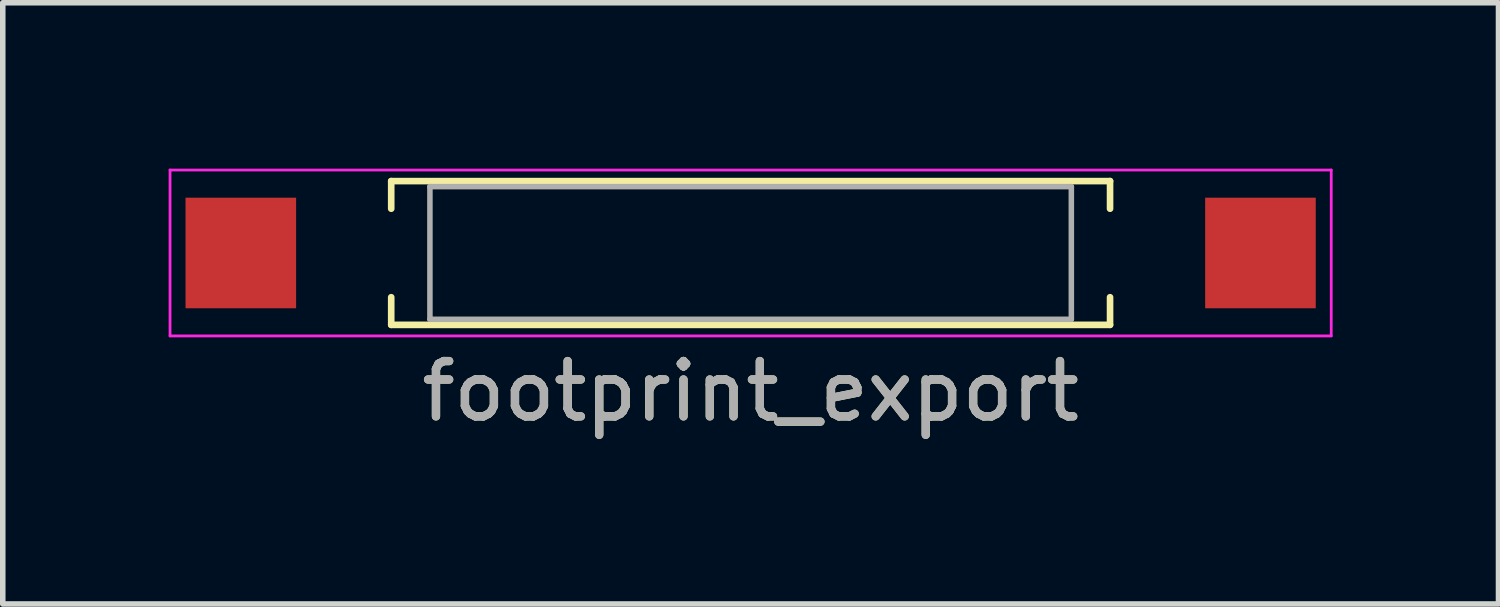
<source format=kicad_pcb>
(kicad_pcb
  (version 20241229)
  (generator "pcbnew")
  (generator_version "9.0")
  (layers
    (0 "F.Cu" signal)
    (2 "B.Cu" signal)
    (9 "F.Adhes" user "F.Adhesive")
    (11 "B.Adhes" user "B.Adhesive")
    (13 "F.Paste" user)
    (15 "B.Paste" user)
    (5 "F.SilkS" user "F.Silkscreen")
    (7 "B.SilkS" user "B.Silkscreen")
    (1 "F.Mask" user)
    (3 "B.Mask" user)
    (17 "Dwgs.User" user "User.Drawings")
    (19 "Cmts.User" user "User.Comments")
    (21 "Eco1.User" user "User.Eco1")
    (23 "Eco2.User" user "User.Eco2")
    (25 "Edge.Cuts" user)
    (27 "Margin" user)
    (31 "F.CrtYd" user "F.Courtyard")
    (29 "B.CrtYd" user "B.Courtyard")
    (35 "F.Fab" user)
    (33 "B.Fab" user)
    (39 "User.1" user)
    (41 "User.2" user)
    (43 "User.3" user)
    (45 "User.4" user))
  (footprint "footprint_export"
    (layer "F.Cu")
    (at 10.525 1.525)
    (property "Reference" "footprint_export" (at 0 2.5 0) (layer "F.SilkS") (effects (font (size 1 1) (thickness 0.15))))
    (attr smd)
    (fp_line (start -6.5 -1.3) (end -6.5 -0.8) (stroke (width 0.12) (type solid)) (layer "F.SilkS"))
    (fp_line (start -6.5 0.8) (end -6.5 1.3) (stroke (width 0.12) (type solid)) (layer "F.SilkS"))
    (fp_line (start -6.5 1.3) (end 6.5 1.3) (stroke (width 0.12) (type solid)) (layer "F.SilkS"))
    (fp_line (start 6.5 -1.3) (end -6.5 -1.3) (stroke (width 0.12) (type solid)) (layer "F.SilkS"))
    (fp_line (start 6.5 -0.8) (end 6.5 -1.3) (stroke (width 0.12) (type solid)) (layer "F.SilkS"))
    (fp_line (start 6.5 1.3) (end 6.5 0.8) (stroke (width 0.12) (type solid)) (layer "F.SilkS"))
    (fp_line (start -10.5 1.5) (end -10.5 -1.5) (stroke (width 0.05) (type solid)) (layer "F.CrtYd"))
    (fp_line (start -10.5 1.5) (end 10.5 1.5) (stroke (width 0.05) (type solid)) (layer "F.CrtYd"))
    (fp_line (start 10.5 -1.5) (end -10.5 -1.5) (stroke (width 0.05) (type solid)) (layer "F.CrtYd"))
    (fp_line (start 10.5 -1.5) (end 10.5 1.5) (stroke (width 0.05) (type solid)) (layer "F.CrtYd"))
    (fp_line (start -5.8 -1.2) (end 5.8 -1.2) (stroke (width 0.1) (type solid)) (layer "F.Fab"))
    (fp_line (start -5.8 1.2) (end -5.8 -1.2) (stroke (width 0.1) (type solid)) (layer "F.Fab"))
    (fp_line (start 5.8 -1.2) (end 5.8 1.2) (stroke (width 0.1) (type solid)) (layer "F.Fab"))
    (fp_line (start 5.8 1.2) (end -5.8 1.2) (stroke (width 0.1) (type solid)) (layer "F.Fab"))
    (fp_text user "${REFERENCE}" (at 0 2.5 0) (layer "F.Fab") (effects (font (size 1 1) (thickness 0.15))))
    (pad "1" smd rect (at -9.22 0) (size 2 2) (layers "F.Cu" "F.Mask" "F.Paste"))
    (pad "2" smd rect (at 9.22 0) (size 2 2) (layers "F.Cu" "F.Mask" "F.Paste")))
  (gr_rect
    (start -3 -3)
    (end 24.05 7.873)
    (stroke (width 0.1) (type default))
    (fill no)
    (layer "Edge.Cuts")))
</source>
